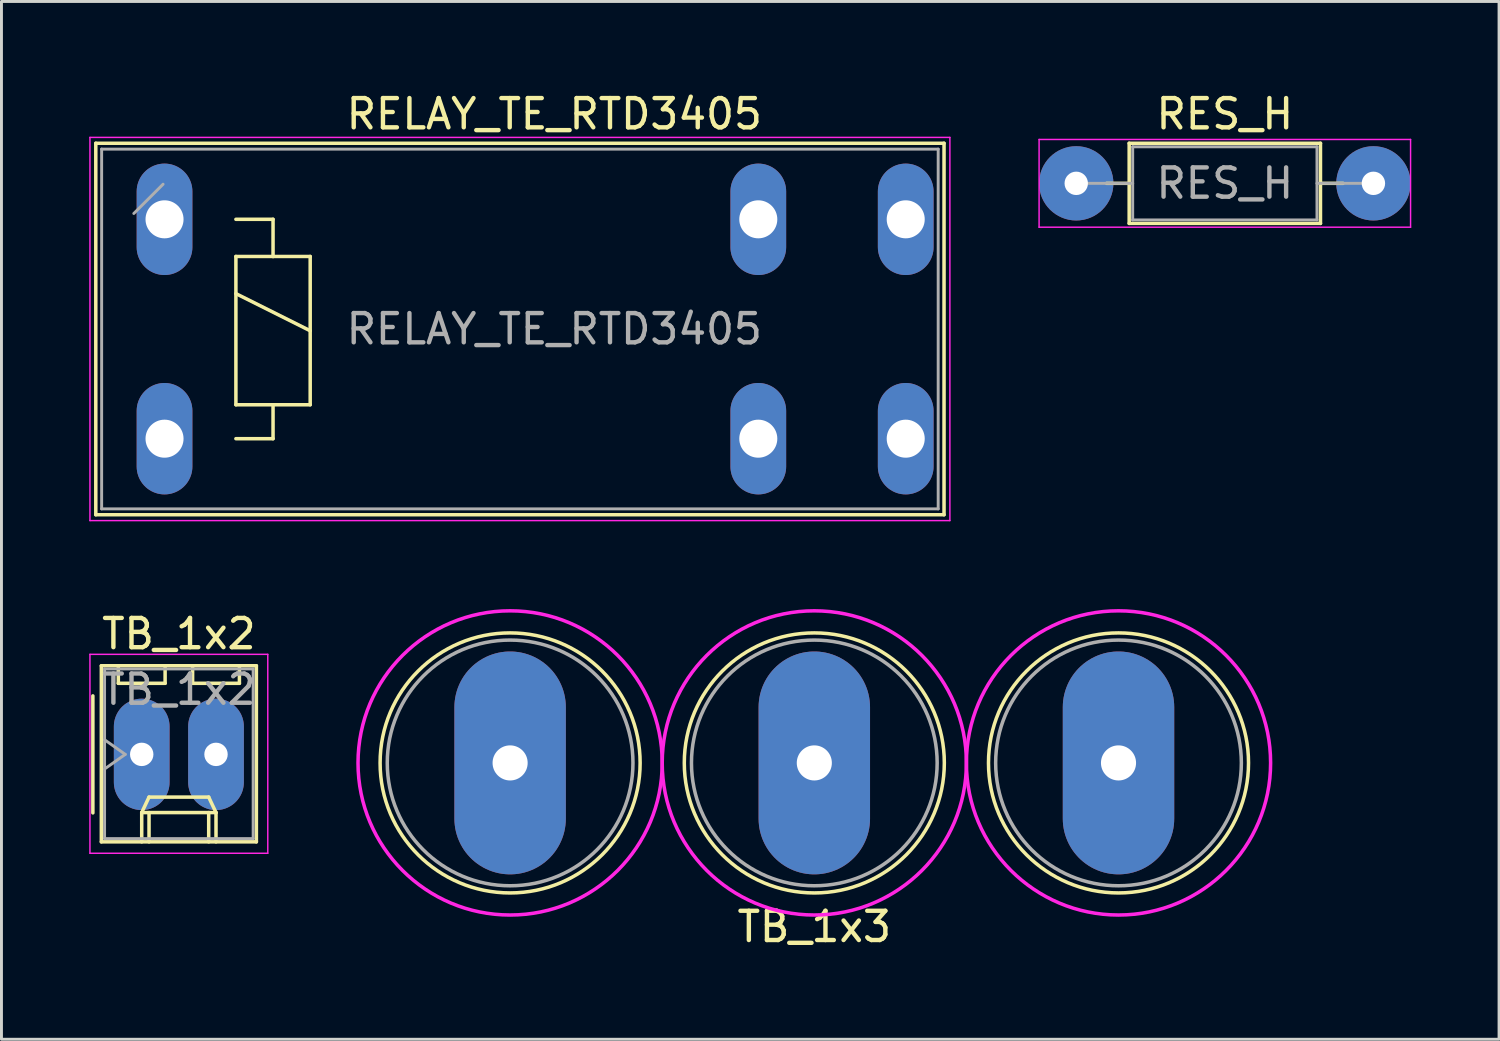
<source format=kicad_pcb>
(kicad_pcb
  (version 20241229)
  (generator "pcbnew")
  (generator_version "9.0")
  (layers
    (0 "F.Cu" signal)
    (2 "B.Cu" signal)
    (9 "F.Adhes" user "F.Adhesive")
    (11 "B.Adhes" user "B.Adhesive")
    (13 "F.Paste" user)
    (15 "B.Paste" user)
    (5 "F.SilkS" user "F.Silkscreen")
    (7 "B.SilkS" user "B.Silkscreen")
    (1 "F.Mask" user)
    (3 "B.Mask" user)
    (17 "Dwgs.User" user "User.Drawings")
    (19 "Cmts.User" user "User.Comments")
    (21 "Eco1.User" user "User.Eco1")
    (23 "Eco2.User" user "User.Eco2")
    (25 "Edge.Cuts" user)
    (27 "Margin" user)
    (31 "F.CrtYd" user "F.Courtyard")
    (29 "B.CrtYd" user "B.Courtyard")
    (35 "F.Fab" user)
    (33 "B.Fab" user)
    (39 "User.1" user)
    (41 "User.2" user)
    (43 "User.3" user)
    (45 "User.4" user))
  (footprint "TB_1x3"
    (layer "F.Cu")
    (at 24.79 23.033)
    (property "Reference" "TB_1x3" (at 0 5.6 0) (layer "F.SilkS") (effects (font (size 1 1) (thickness 0.15))))
    (attr through_hole)
    (fp_circle (center -10.4 0) (end -5.955 0) (stroke (width 0.12) (type solid)) (fill no) (layer "F.SilkS"))
    (fp_circle (center 0 0) (end 4.445 0) (stroke (width 0.12) (type solid)) (fill no) (layer "F.SilkS"))
    (fp_circle (center 10.4 0) (end 14.845 0) (stroke (width 0.12) (type solid)) (fill no) (layer "F.SilkS"))
    (fp_circle (center -10.4 0) (end -5.2 0) (stroke (width 0.12) (type solid)) (fill no) (layer "F.CrtYd"))
    (fp_circle (center 0 0) (end 5.2 0) (stroke (width 0.12) (type solid)) (fill no) (layer "F.CrtYd"))
    (fp_circle (center 10.4 0) (end 15.6 0) (stroke (width 0.12) (type solid)) (fill no) (layer "F.CrtYd"))
    (fp_circle (center -10.4 0) (end -6.2 0) (stroke (width 0.12) (type solid)) (fill no) (layer "F.Fab"))
    (fp_circle (center 0 0) (end 4.2 0) (stroke (width 0.12) (type solid)) (fill no) (layer "F.Fab"))
    (fp_circle (center 10.4 0) (end 14.6 0) (stroke (width 0.12) (type solid)) (fill no) (layer "F.Fab"))
    (pad "1" thru_hole oval (at -10.4 0) (size 3.81 7.62) (drill 1.2) (layers "*.Cu" "*.Mask"))
    (pad "2" thru_hole oval (at 0 0) (size 3.81 7.62) (drill 1.2) (layers "*.Cu" "*.Mask"))
    (pad "3" thru_hole oval (at 10.4 0) (size 3.81 7.62) (drill 1.2) (layers "*.Cu" "*.Mask")))
  (footprint "RELAY_TE_RTD3405"
    (layer "F.Cu")
    (at 2.575 4.448)
    (property "Reference" "RELAY_TE_RTD3405" (at 13.325 -3.6 0) (layer "F.SilkS") (effects (font (size 1 1) (thickness 0.15))))
    (attr through_hole)
    (fp_line (start -2.35 -2.6) (end -2.35 10.1) (stroke (width 0.12) (type solid)) (layer "F.SilkS"))
    (fp_line (start -2.35 -2.6) (end 26.65 -2.6) (stroke (width 0.12) (type solid)) (layer "F.SilkS"))
    (fp_line (start -2.35 10.1) (end 26.65 10.1) (stroke (width 0.12) (type solid)) (layer "F.SilkS"))
    (fp_line (start 2.44 0) (end 3.71 0) (stroke (width 0.12) (type solid)) (layer "F.SilkS"))
    (fp_line (start 2.44 1.27) (end 3.71 1.27) (stroke (width 0.12) (type solid)) (layer "F.SilkS"))
    (fp_line (start 2.44 2.54) (end 4.98 3.81) (stroke (width 0.12) (type solid)) (layer "F.SilkS"))
    (fp_line (start 2.44 6.34) (end 2.44 1.27) (stroke (width 0.12) (type solid)) (layer "F.SilkS"))
    (fp_line (start 3.71 0) (end 3.71 1.27) (stroke (width 0.12) (type solid)) (layer "F.SilkS"))
    (fp_line (start 3.71 1.27) (end 4.98 1.27) (stroke (width 0.12) (type solid)) (layer "F.SilkS"))
    (fp_line (start 3.71 6.35) (end 3.71 7.5) (stroke (width 0.12) (type solid)) (layer "F.SilkS"))
    (fp_line (start 3.71 7.5) (end 2.44 7.5) (stroke (width 0.12) (type solid)) (layer "F.SilkS"))
    (fp_line (start 4.98 1.27) (end 4.98 6.34) (stroke (width 0.12) (type solid)) (layer "F.SilkS"))
    (fp_line (start 4.98 6.34) (end 2.44 6.34) (stroke (width 0.12) (type solid)) (layer "F.SilkS"))
    (fp_line (start 26.65 -2.6) (end 26.65 10.1) (stroke (width 0.12) (type solid)) (layer "F.SilkS"))
    (fp_line (start -2.55 -2.8) (end -2.55 10.3) (stroke (width 0.05) (type solid)) (layer "F.CrtYd"))
    (fp_line (start -2.55 -2.8) (end 26.85 -2.8) (stroke (width 0.05) (type solid)) (layer "F.CrtYd"))
    (fp_line (start -2.55 10.3) (end 26.85 10.3) (stroke (width 0.05) (type solid)) (layer "F.CrtYd"))
    (fp_line (start 26.85 -2.8) (end 26.85 10.3) (stroke (width 0.05) (type solid)) (layer "F.CrtYd"))
    (fp_line (start -2.15 -2.4) (end -2.15 9.9) (stroke (width 0.1) (type solid)) (layer "F.Fab"))
    (fp_line (start -2.15 -2.4) (end 26.45 -2.4) (stroke (width 0.1) (type solid)) (layer "F.Fab"))
    (fp_line (start -2.15 9.9) (end 26.45 9.9) (stroke (width 0.1) (type solid)) (layer "F.Fab"))
    (fp_line (start -0.05 -1.2) (end -1.05 -0.2) (stroke (width 0.1) (type solid)) (layer "F.Fab"))
    (fp_line (start 26.45 -2.4) (end 26.45 9.9) (stroke (width 0.1) (type solid)) (layer "F.Fab"))
    (fp_text user "${REFERENCE}" (at 13.325 3.75 0) (layer "F.Fab") (effects (font (size 1 1) (thickness 0.15))))
    (pad "1" thru_hole oval (at 0 0) (size 1.905 3.81) (drill 1.3) (layers "*.Cu" "*.Mask"))
    (pad "2" thru_hole oval (at 20.3 0) (size 1.905 3.81) (drill oval 1.3) (layers "*.Cu" "*.Mask"))
    (pad "2" thru_hole oval (at 20.3 7.5) (size 1.905 3.81) (drill oval 1.3) (layers "*.Cu" "*.Mask"))
    (pad "3" thru_hole oval (at 25.34 0) (size 1.905 3.81) (drill oval 1.3) (layers "*.Cu" "*.Mask"))
    (pad "3" thru_hole oval (at 25.34 7.5) (size 1.905 3.81) (drill oval 1.3) (layers "*.Cu" "*.Mask"))
    (pad "5" thru_hole oval (at 0 7.5) (size 1.905 3.81) (drill oval 1.3) (layers "*.Cu" "*.Mask")))
  (footprint "RES_H"
    (layer "F.Cu")
    (at 33.745 3.218)
    (property "Reference" "RES_H" (at 5.08 -2.37 0) (layer "F.SilkS") (effects (font (size 1 1) (thickness 0.15))))
    (attr through_hole)
    (fp_line (start 1.04 0) (end 1.81 0) (stroke (width 0.12) (type solid)) (layer "F.SilkS"))
    (fp_line (start 1.81 -1.37) (end 1.81 1.37) (stroke (width 0.12) (type solid)) (layer "F.SilkS"))
    (fp_line (start 1.81 1.37) (end 8.35 1.37) (stroke (width 0.12) (type solid)) (layer "F.SilkS"))
    (fp_line (start 8.35 -1.37) (end 1.81 -1.37) (stroke (width 0.12) (type solid)) (layer "F.SilkS"))
    (fp_line (start 8.35 1.37) (end 8.35 -1.37) (stroke (width 0.12) (type solid)) (layer "F.SilkS"))
    (fp_line (start 9.12 0) (end 8.35 0) (stroke (width 0.12) (type solid)) (layer "F.SilkS"))
    (fp_line (start -1.27 -1.5) (end -1.27 1.5) (stroke (width 0.05) (type solid)) (layer "F.CrtYd"))
    (fp_line (start -1.27 1.5) (end 11.43 1.5) (stroke (width 0.05) (type solid)) (layer "F.CrtYd"))
    (fp_line (start 11.43 -1.5) (end -1.27 -1.5) (stroke (width 0.05) (type solid)) (layer "F.CrtYd"))
    (fp_line (start 11.43 1.5) (end 11.43 -1.5) (stroke (width 0.05) (type solid)) (layer "F.CrtYd"))
    (fp_line (start 0 0) (end 1.93 0) (stroke (width 0.1) (type solid)) (layer "F.Fab"))
    (fp_line (start 1.93 -1.25) (end 1.93 1.25) (stroke (width 0.1) (type solid)) (layer "F.Fab"))
    (fp_line (start 1.93 1.25) (end 8.23 1.25) (stroke (width 0.1) (type solid)) (layer "F.Fab"))
    (fp_line (start 8.23 -1.25) (end 1.93 -1.25) (stroke (width 0.1) (type solid)) (layer "F.Fab"))
    (fp_line (start 8.23 1.25) (end 8.23 -1.25) (stroke (width 0.1) (type solid)) (layer "F.Fab"))
    (fp_line (start 10.16 0) (end 8.23 0) (stroke (width 0.1) (type solid)) (layer "F.Fab"))
    (fp_text user "${REFERENCE}" (at 5.08 0 0) (layer "F.Fab") (effects (font (size 1 1) (thickness 0.15))))
    (pad "1" thru_hole circle (at 0 0) (size 2.54 2.54) (drill oval 0.8) (layers "*.Cu" "*.Mask"))
    (pad "2" thru_hole oval (at 10.16 0) (size 2.54 2.54) (drill 0.8) (layers "*.Cu" "*.Mask")))
  (footprint "TB_1x2"
    (layer "F.Cu")
    (at 1.795 22.741)
    (property "Reference" "TB_1x2" (at 1.27 -4.12 0) (layer "F.SilkS") (effects (font (size 1 1) (thickness 0.15))))
    (attr through_hole)
    (fp_line (start -1.67 -2) (end -1.67 2) (stroke (width 0.12) (type solid)) (layer "F.SilkS"))
    (fp_line (start -1.38 -3.03) (end -1.38 2.99) (stroke (width 0.12) (type solid)) (layer "F.SilkS"))
    (fp_line (start -1.38 2.99) (end 3.92 2.99) (stroke (width 0.12) (type solid)) (layer "F.SilkS"))
    (fp_line (start -0.8 -3.03) (end -0.8 -2.43) (stroke (width 0.12) (type solid)) (layer "F.SilkS"))
    (fp_line (start -0.8 -2.43) (end 0.8 -2.43) (stroke (width 0.12) (type solid)) (layer "F.SilkS"))
    (fp_line (start 0 1.99) (end 0.25 1.46) (stroke (width 0.12) (type solid)) (layer "F.SilkS"))
    (fp_line (start 0 1.99) (end 2.54 1.99) (stroke (width 0.12) (type solid)) (layer "F.SilkS"))
    (fp_line (start 0 2.99) (end 0 1.99) (stroke (width 0.12) (type solid)) (layer "F.SilkS"))
    (fp_line (start 0.25 1.46) (end 2.29 1.46) (stroke (width 0.12) (type solid)) (layer "F.SilkS"))
    (fp_line (start 0.25 2.99) (end 0.25 1.99) (stroke (width 0.12) (type solid)) (layer "F.SilkS"))
    (fp_line (start 0.8 -2.43) (end 0.8 -3.03) (stroke (width 0.12) (type solid)) (layer "F.SilkS"))
    (fp_line (start 1.74 -3.03) (end 1.74 -2.43) (stroke (width 0.12) (type solid)) (layer "F.SilkS"))
    (fp_line (start 1.74 -2.43) (end 3.34 -2.43) (stroke (width 0.12) (type solid)) (layer "F.SilkS"))
    (fp_line (start 2.29 1.46) (end 2.54 1.99) (stroke (width 0.12) (type solid)) (layer "F.SilkS"))
    (fp_line (start 2.29 2.99) (end 2.29 1.99) (stroke (width 0.12) (type solid)) (layer "F.SilkS"))
    (fp_line (start 2.54 1.99) (end 2.54 2.99) (stroke (width 0.12) (type solid)) (layer "F.SilkS"))
    (fp_line (start 3.34 -2.43) (end 3.34 -3.03) (stroke (width 0.12) (type solid)) (layer "F.SilkS"))
    (fp_line (start 3.92 -3.03) (end -1.38 -3.03) (stroke (width 0.12) (type solid)) (layer "F.SilkS"))
    (fp_line (start 3.92 2.99) (end 3.92 -3.03) (stroke (width 0.12) (type solid)) (layer "F.SilkS"))
    (fp_line (start -1.77 -3.42) (end -1.77 3.38) (stroke (width 0.05) (type solid)) (layer "F.CrtYd"))
    (fp_line (start -1.77 3.38) (end 4.31 3.38) (stroke (width 0.05) (type solid)) (layer "F.CrtYd"))
    (fp_line (start 4.31 -3.42) (end -1.77 -3.42) (stroke (width 0.05) (type solid)) (layer "F.CrtYd"))
    (fp_line (start 4.31 3.38) (end 4.31 -3.42) (stroke (width 0.05) (type solid)) (layer "F.CrtYd"))
    (fp_line (start -1.27 -2.92) (end -1.27 2.88) (stroke (width 0.1) (type solid)) (layer "F.Fab"))
    (fp_line (start -1.27 -0.5) (end -0.563 0) (stroke (width 0.1) (type solid)) (layer "F.Fab"))
    (fp_line (start -1.27 2.88) (end 3.81 2.88) (stroke (width 0.1) (type solid)) (layer "F.Fab"))
    (fp_line (start -0.563 0) (end -1.27 0.5) (stroke (width 0.1) (type solid)) (layer "F.Fab"))
    (fp_line (start 3.81 -2.92) (end -1.27 -2.92) (stroke (width 0.1) (type solid)) (layer "F.Fab"))
    (fp_line (start 3.81 2.88) (end 3.81 -2.92) (stroke (width 0.1) (type solid)) (layer "F.Fab"))
    (fp_text user "${REFERENCE}" (at 1.27 -2.22 0) (layer "F.Fab") (effects (font (size 1 1) (thickness 0.15))))
    (pad "1" thru_hole oval (at 0 0) (size 1.905 3.81) (drill 0.8) (layers "*.Cu" "*.Mask"))
    (pad "2" thru_hole oval (at 2.54 0) (size 1.905 3.81) (drill 0.8) (layers "*.Cu" "*.Mask")))
  (gr_rect
    (start -3 -3)
    (end 48.2 32.481)
    (stroke (width 0.1) (type default))
    (fill no)
    (layer "Edge.Cuts")))
</source>
